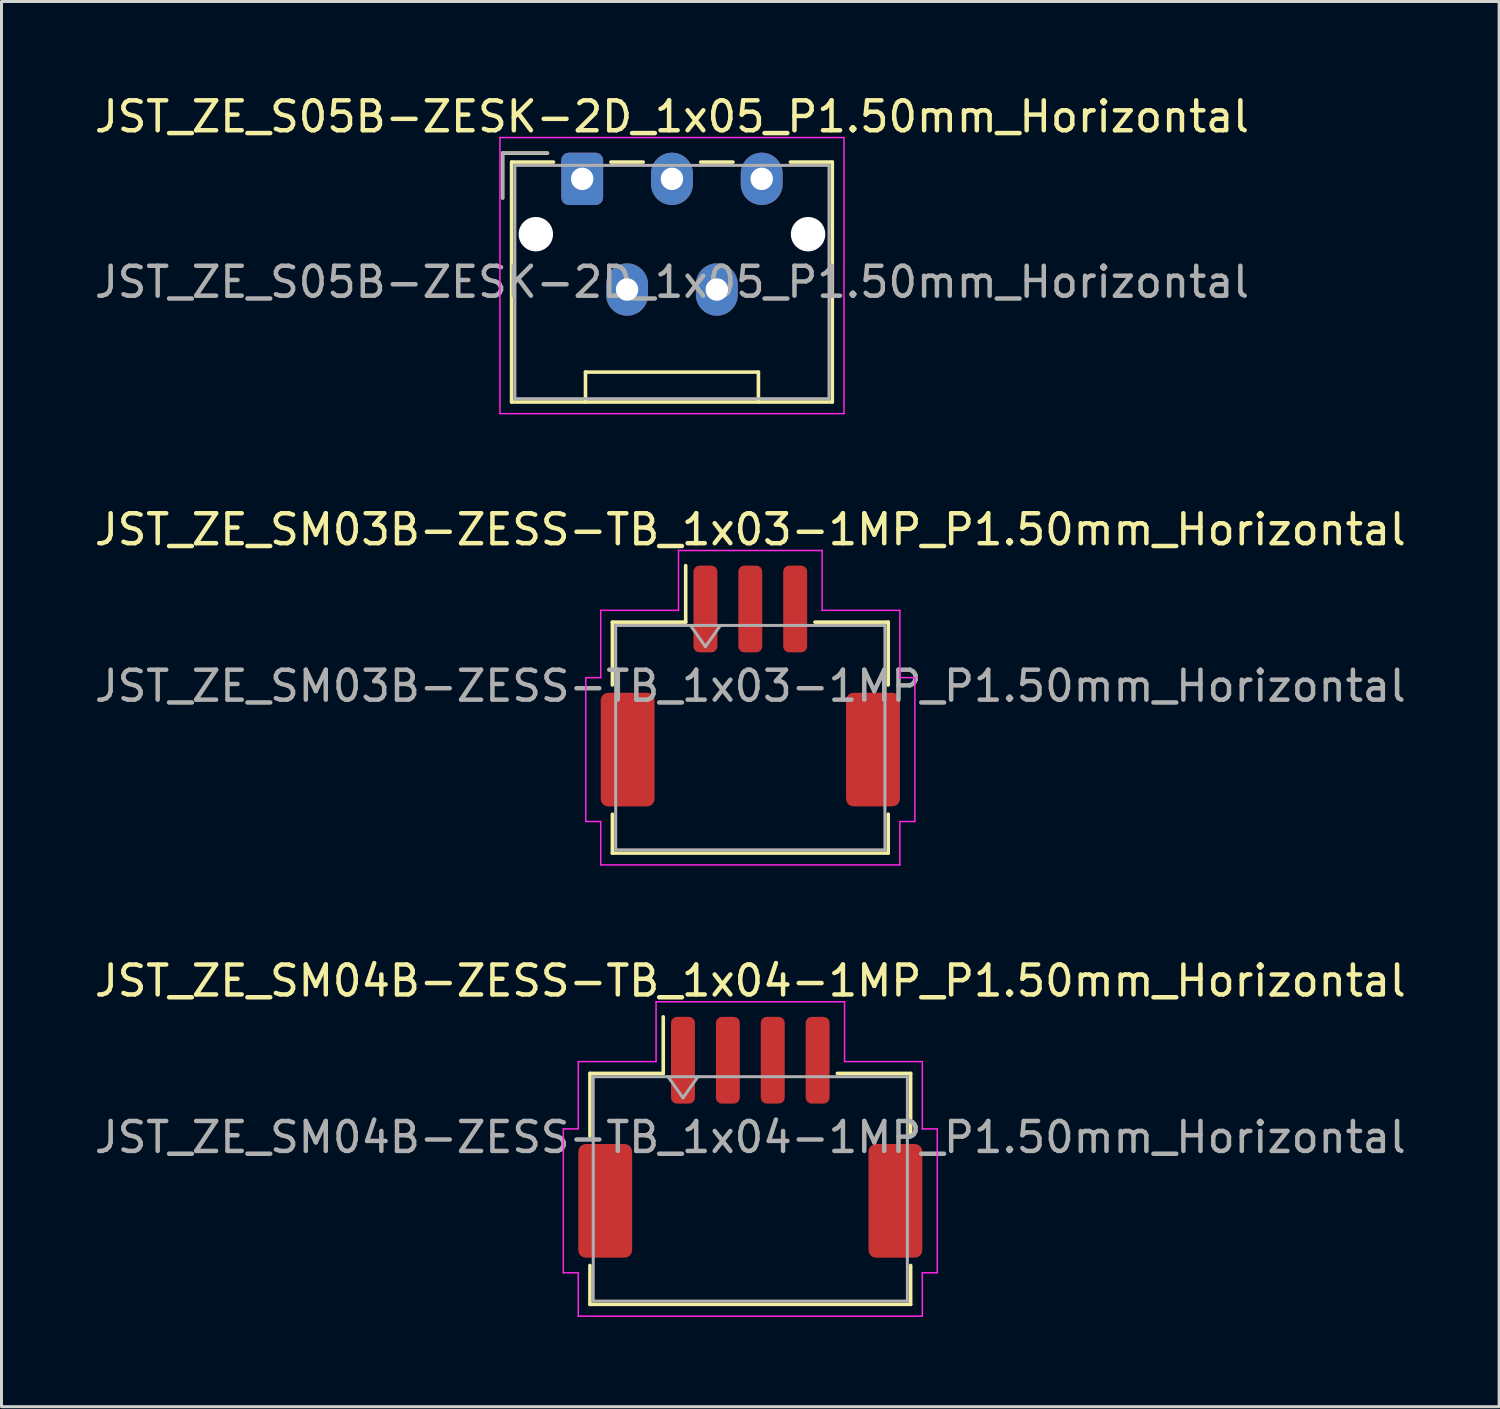
<source format=kicad_pcb>
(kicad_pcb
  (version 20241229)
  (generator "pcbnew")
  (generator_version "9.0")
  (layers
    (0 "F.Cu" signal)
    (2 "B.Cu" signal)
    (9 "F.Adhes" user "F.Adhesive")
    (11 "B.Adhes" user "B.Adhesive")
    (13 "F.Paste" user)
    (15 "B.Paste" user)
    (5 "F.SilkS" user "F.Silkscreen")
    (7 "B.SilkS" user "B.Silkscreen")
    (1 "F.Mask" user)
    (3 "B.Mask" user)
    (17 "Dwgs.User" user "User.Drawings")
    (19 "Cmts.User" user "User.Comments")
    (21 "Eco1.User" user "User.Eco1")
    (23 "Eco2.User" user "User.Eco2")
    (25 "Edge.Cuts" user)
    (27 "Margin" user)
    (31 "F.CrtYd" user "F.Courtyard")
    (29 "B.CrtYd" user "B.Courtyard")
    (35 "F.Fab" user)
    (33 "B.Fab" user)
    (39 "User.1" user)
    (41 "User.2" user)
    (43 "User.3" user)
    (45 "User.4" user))
  (footprint "JST_ZE_SM04B-ZESS-TB_1x04-1MP_P1.50mm_Horizontal"
    (layer "F.Cu")
    (at 22.03 34.965)
    (property "Reference" "JST_ZE_SM04B-ZESS-TB_1x04-1MP_P1.50mm_Horizontal" (at 0 -5.23 0) (layer "F.SilkS") (effects (font (size 1 1) (thickness 0.15))))
    (attr smd)
    (fp_line (start -5.36 -2.135) (end -2.91 -2.135) (stroke (width 0.12) (type solid)) (layer "F.SilkS"))
    (fp_line (start -5.36 -0.035) (end -5.36 -2.135) (stroke (width 0.12) (type solid)) (layer "F.SilkS"))
    (fp_line (start -5.36 4.285) (end -5.36 5.585) (stroke (width 0.12) (type solid)) (layer "F.SilkS"))
    (fp_line (start -5.36 5.585) (end 5.36 5.585) (stroke (width 0.12) (type solid)) (layer "F.SilkS"))
    (fp_line (start -2.91 -2.135) (end -2.91 -4.025) (stroke (width 0.12) (type solid)) (layer "F.SilkS"))
    (fp_line (start 5.36 -2.135) (end 2.91 -2.135) (stroke (width 0.12) (type solid)) (layer "F.SilkS"))
    (fp_line (start 5.36 -0.035) (end 5.36 -2.135) (stroke (width 0.12) (type solid)) (layer "F.SilkS"))
    (fp_line (start 5.36 5.585) (end 5.36 4.285) (stroke (width 0.12) (type solid)) (layer "F.SilkS"))
    (fp_line (start -6.25 -0.28) (end -5.75 -0.28) (stroke (width 0.05) (type solid)) (layer "F.CrtYd"))
    (fp_line (start -6.25 4.53) (end -6.25 -0.28) (stroke (width 0.05) (type solid)) (layer "F.CrtYd"))
    (fp_line (start -5.75 -2.53) (end -3.15 -2.53) (stroke (width 0.05) (type solid)) (layer "F.CrtYd"))
    (fp_line (start -5.75 -0.28) (end -5.75 -2.53) (stroke (width 0.05) (type solid)) (layer "F.CrtYd"))
    (fp_line (start -5.75 4.53) (end -6.25 4.53) (stroke (width 0.05) (type solid)) (layer "F.CrtYd"))
    (fp_line (start -5.75 5.98) (end -5.75 4.53) (stroke (width 0.05) (type solid)) (layer "F.CrtYd"))
    (fp_line (start -3.15 -4.53) (end 3.15 -4.53) (stroke (width 0.05) (type solid)) (layer "F.CrtYd"))
    (fp_line (start -3.15 -2.53) (end -3.15 -4.53) (stroke (width 0.05) (type solid)) (layer "F.CrtYd"))
    (fp_line (start 3.15 -4.53) (end 3.15 -2.53) (stroke (width 0.05) (type solid)) (layer "F.CrtYd"))
    (fp_line (start 3.15 -2.53) (end 5.75 -2.53) (stroke (width 0.05) (type solid)) (layer "F.CrtYd"))
    (fp_line (start 5.75 -2.53) (end 5.75 -0.28) (stroke (width 0.05) (type solid)) (layer "F.CrtYd"))
    (fp_line (start 5.75 -0.28) (end 6.25 -0.28) (stroke (width 0.05) (type solid)) (layer "F.CrtYd"))
    (fp_line (start 5.75 4.53) (end 5.75 5.98) (stroke (width 0.05) (type solid)) (layer "F.CrtYd"))
    (fp_line (start 5.75 5.98) (end -5.75 5.98) (stroke (width 0.05) (type solid)) (layer "F.CrtYd"))
    (fp_line (start 6.25 -0.28) (end 6.25 4.53) (stroke (width 0.05) (type solid)) (layer "F.CrtYd"))
    (fp_line (start 6.25 4.53) (end 5.75 4.53) (stroke (width 0.05) (type solid)) (layer "F.CrtYd"))
    (fp_line (start -5.25 -2.025) (end -5.25 5.475) (stroke (width 0.1) (type solid)) (layer "F.Fab"))
    (fp_line (start -5.25 -2.025) (end 5.25 -2.025) (stroke (width 0.1) (type solid)) (layer "F.Fab"))
    (fp_line (start -5.25 5.475) (end 5.25 5.475) (stroke (width 0.1) (type solid)) (layer "F.Fab"))
    (fp_line (start -2.75 -2.025) (end -2.25 -1.318) (stroke (width 0.1) (type solid)) (layer "F.Fab"))
    (fp_line (start -2.25 -1.318) (end -1.75 -2.025) (stroke (width 0.1) (type solid)) (layer "F.Fab"))
    (fp_line (start 5.25 -2.025) (end 5.25 5.475) (stroke (width 0.1) (type solid)) (layer "F.Fab"))
    (fp_text user "${REFERENCE}" (at 0 0 0) (layer "F.Fab") (effects (font (size 1 1) (thickness 0.15))))
    (pad "1" smd roundrect (at -2.25 -2.575) (size 0.8 2.9) (layers "F.Cu" "F.Mask" "F.Paste") (roundrect_rratio 0.25))
    (pad "2" smd roundrect (at -0.75 -2.575) (size 0.8 2.9) (layers "F.Cu" "F.Mask" "F.Paste") (roundrect_rratio 0.25))
    (pad "3" smd roundrect (at 0.75 -2.575) (size 0.8 2.9) (layers "F.Cu" "F.Mask" "F.Paste") (roundrect_rratio 0.25))
    (pad "4" smd roundrect (at 2.25 -2.575) (size 0.8 2.9) (layers "F.Cu" "F.Mask" "F.Paste") (roundrect_rratio 0.25))
    (pad "MP" smd roundrect (at -4.85 2.125) (size 1.8 3.8) (layers "F.Cu" "F.Mask" "F.Paste") (roundrect_rratio 0.139))
    (pad "MP" smd roundrect (at 4.85 2.125) (size 1.8 3.8) (layers "F.Cu" "F.Mask" "F.Paste") (roundrect_rratio 0.139)))
  (footprint "JST_ZE_S05B-ZESK-2D_1x05_P1.50mm_Horizontal"
    (layer "F.Cu")
    (at 16.411 2.928)
    (property "Reference" "JST_ZE_S05B-ZESK-2D_1x05_P1.50mm_Horizontal" (at 3 -2.08 0) (layer "F.SilkS") (effects (font (size 1 1) (thickness 0.15))))
    (attr through_hole)
    (fp_line (start -2.66 -0.86) (end -1.16 -0.86) (stroke (width 0.12) (type solid)) (layer "F.SilkS"))
    (fp_line (start -2.66 0.64) (end -2.66 -0.86) (stroke (width 0.12) (type solid)) (layer "F.SilkS"))
    (fp_line (start -2.36 -0.56) (end -2.36 7.46) (stroke (width 0.12) (type solid)) (layer "F.SilkS"))
    (fp_line (start -2.36 7.46) (end 8.36 7.46) (stroke (width 0.12) (type solid)) (layer "F.SilkS"))
    (fp_line (start -0.96 -0.56) (end -2.36 -0.56) (stroke (width 0.12) (type solid)) (layer "F.SilkS"))
    (fp_line (start 0.11 6.46) (end 5.89 6.46) (stroke (width 0.12) (type solid)) (layer "F.SilkS"))
    (fp_line (start 0.11 7.46) (end 0.11 6.46) (stroke (width 0.12) (type solid)) (layer "F.SilkS"))
    (fp_line (start 0.96 -0.56) (end 2.04 -0.56) (stroke (width 0.12) (type solid)) (layer "F.SilkS"))
    (fp_line (start 3.96 -0.56) (end 5.04 -0.56) (stroke (width 0.12) (type solid)) (layer "F.SilkS"))
    (fp_line (start 5.89 6.46) (end 5.89 7.46) (stroke (width 0.12) (type solid)) (layer "F.SilkS"))
    (fp_line (start 8.36 -0.56) (end 6.96 -0.56) (stroke (width 0.12) (type solid)) (layer "F.SilkS"))
    (fp_line (start 8.36 7.46) (end 8.36 -0.56) (stroke (width 0.12) (type solid)) (layer "F.SilkS"))
    (fp_line (start -2.75 -1.38) (end -2.75 7.85) (stroke (width 0.05) (type solid)) (layer "F.CrtYd"))
    (fp_line (start -2.75 7.85) (end 8.75 7.85) (stroke (width 0.05) (type solid)) (layer "F.CrtYd"))
    (fp_line (start 8.75 -1.38) (end -2.75 -1.38) (stroke (width 0.05) (type solid)) (layer "F.CrtYd"))
    (fp_line (start 8.75 7.85) (end 8.75 -1.38) (stroke (width 0.05) (type solid)) (layer "F.CrtYd"))
    (fp_line (start -2.66 -0.86) (end -1.16 -0.86) (stroke (width 0.1) (type solid)) (layer "F.Fab"))
    (fp_line (start -2.66 0.64) (end -2.66 -0.86) (stroke (width 0.1) (type solid)) (layer "F.Fab"))
    (fp_line (start -2.25 -0.45) (end -2.25 7.35) (stroke (width 0.1) (type solid)) (layer "F.Fab"))
    (fp_line (start -2.25 7.35) (end 8.25 7.35) (stroke (width 0.1) (type solid)) (layer "F.Fab"))
    (fp_line (start 8.25 -0.45) (end -2.25 -0.45) (stroke (width 0.1) (type solid)) (layer "F.Fab"))
    (fp_line (start 8.25 7.35) (end 8.25 -0.45) (stroke (width 0.1) (type solid)) (layer "F.Fab"))
    (fp_text user "${REFERENCE}" (at 3 3.45 0) (layer "F.Fab") (effects (font (size 1 1) (thickness 0.15))))
    (pad "" np_thru_hole circle (at -1.55 1.85) (size 1.15 1.15) (drill 1.15) (layers "*.Cu" "*.Mask"))
    (pad "" np_thru_hole circle (at 7.55 1.85) (size 1.15 1.15) (drill 1.15) (layers "*.Cu" "*.Mask"))
    (pad "1" thru_hole roundrect (at 0 0) (size 1.4 1.75) (drill 0.75) (layers "*.Cu" "*.Mask") (roundrect_rratio 0.179))
    (pad "2" thru_hole oval (at 1.5 3.7) (size 1.4 1.75) (drill 0.75) (layers "*.Cu" "*.Mask"))
    (pad "3" thru_hole oval (at 3 0) (size 1.4 1.75) (drill 0.75) (layers "*.Cu" "*.Mask"))
    (pad "4" thru_hole oval (at 4.5 3.7) (size 1.4 1.75) (drill 0.75) (layers "*.Cu" "*.Mask"))
    (pad "5" thru_hole oval (at 6 0) (size 1.4 1.75) (drill 0.75) (layers "*.Cu" "*.Mask")))
  (footprint "JST_ZE_SM03B-ZESS-TB_1x03-1MP_P1.50mm_Horizontal"
    (layer "F.Cu")
    (at 22.03 19.881)
    (property "Reference" "JST_ZE_SM03B-ZESS-TB_1x03-1MP_P1.50mm_Horizontal" (at 0 -5.23 0) (layer "F.SilkS") (effects (font (size 1 1) (thickness 0.15))))
    (attr smd)
    (fp_line (start -4.61 -2.135) (end -2.16 -2.135) (stroke (width 0.12) (type solid)) (layer "F.SilkS"))
    (fp_line (start -4.61 -0.035) (end -4.61 -2.135) (stroke (width 0.12) (type solid)) (layer "F.SilkS"))
    (fp_line (start -4.61 4.285) (end -4.61 5.585) (stroke (width 0.12) (type solid)) (layer "F.SilkS"))
    (fp_line (start -4.61 5.585) (end 4.61 5.585) (stroke (width 0.12) (type solid)) (layer "F.SilkS"))
    (fp_line (start -2.16 -2.135) (end -2.16 -4.025) (stroke (width 0.12) (type solid)) (layer "F.SilkS"))
    (fp_line (start 4.61 -2.135) (end 2.16 -2.135) (stroke (width 0.12) (type solid)) (layer "F.SilkS"))
    (fp_line (start 4.61 -0.035) (end 4.61 -2.135) (stroke (width 0.12) (type solid)) (layer "F.SilkS"))
    (fp_line (start 4.61 5.585) (end 4.61 4.285) (stroke (width 0.12) (type solid)) (layer "F.SilkS"))
    (fp_line (start -5.5 -0.28) (end -5 -0.28) (stroke (width 0.05) (type solid)) (layer "F.CrtYd"))
    (fp_line (start -5.5 4.53) (end -5.5 -0.28) (stroke (width 0.05) (type solid)) (layer "F.CrtYd"))
    (fp_line (start -5 -2.53) (end -2.4 -2.53) (stroke (width 0.05) (type solid)) (layer "F.CrtYd"))
    (fp_line (start -5 -0.28) (end -5 -2.53) (stroke (width 0.05) (type solid)) (layer "F.CrtYd"))
    (fp_line (start -5 4.53) (end -5.5 4.53) (stroke (width 0.05) (type solid)) (layer "F.CrtYd"))
    (fp_line (start -5 5.98) (end -5 4.53) (stroke (width 0.05) (type solid)) (layer "F.CrtYd"))
    (fp_line (start -2.4 -4.53) (end 2.4 -4.53) (stroke (width 0.05) (type solid)) (layer "F.CrtYd"))
    (fp_line (start -2.4 -2.53) (end -2.4 -4.53) (stroke (width 0.05) (type solid)) (layer "F.CrtYd"))
    (fp_line (start 2.4 -4.53) (end 2.4 -2.53) (stroke (width 0.05) (type solid)) (layer "F.CrtYd"))
    (fp_line (start 2.4 -2.53) (end 5 -2.53) (stroke (width 0.05) (type solid)) (layer "F.CrtYd"))
    (fp_line (start 5 -2.53) (end 5 -0.28) (stroke (width 0.05) (type solid)) (layer "F.CrtYd"))
    (fp_line (start 5 -0.28) (end 5.5 -0.28) (stroke (width 0.05) (type solid)) (layer "F.CrtYd"))
    (fp_line (start 5 4.53) (end 5 5.98) (stroke (width 0.05) (type solid)) (layer "F.CrtYd"))
    (fp_line (start 5 5.98) (end -5 5.98) (stroke (width 0.05) (type solid)) (layer "F.CrtYd"))
    (fp_line (start 5.5 -0.28) (end 5.5 4.53) (stroke (width 0.05) (type solid)) (layer "F.CrtYd"))
    (fp_line (start 5.5 4.53) (end 5 4.53) (stroke (width 0.05) (type solid)) (layer "F.CrtYd"))
    (fp_line (start -4.5 -2.025) (end -4.5 5.475) (stroke (width 0.1) (type solid)) (layer "F.Fab"))
    (fp_line (start -4.5 -2.025) (end 4.5 -2.025) (stroke (width 0.1) (type solid)) (layer "F.Fab"))
    (fp_line (start -4.5 5.475) (end 4.5 5.475) (stroke (width 0.1) (type solid)) (layer "F.Fab"))
    (fp_line (start -2 -2.025) (end -1.5 -1.318) (stroke (width 0.1) (type solid)) (layer "F.Fab"))
    (fp_line (start -1.5 -1.318) (end -1 -2.025) (stroke (width 0.1) (type solid)) (layer "F.Fab"))
    (fp_line (start 4.5 -2.025) (end 4.5 5.475) (stroke (width 0.1) (type solid)) (layer "F.Fab"))
    (fp_text user "${REFERENCE}" (at 0 0 0) (layer "F.Fab") (effects (font (size 1 1) (thickness 0.15))))
    (pad "1" smd roundrect (at -1.5 -2.575) (size 0.8 2.9) (layers "F.Cu" "F.Mask" "F.Paste") (roundrect_rratio 0.25))
    (pad "2" smd roundrect (at 0 -2.575) (size 0.8 2.9) (layers "F.Cu" "F.Mask" "F.Paste") (roundrect_rratio 0.25))
    (pad "3" smd roundrect (at 1.5 -2.575) (size 0.8 2.9) (layers "F.Cu" "F.Mask" "F.Paste") (roundrect_rratio 0.25))
    (pad "MP" smd roundrect (at -4.1 2.125) (size 1.8 3.8) (layers "F.Cu" "F.Mask" "F.Paste") (roundrect_rratio 0.139))
    (pad "MP" smd roundrect (at 4.1 2.125) (size 1.8 3.8) (layers "F.Cu" "F.Mask" "F.Paste") (roundrect_rratio 0.139)))
  (gr_rect
    (start -3 -3)
    (end 47.06 43.97)
    (stroke (width 0.1) (type default))
    (fill no)
    (layer "Edge.Cuts")))
</source>
